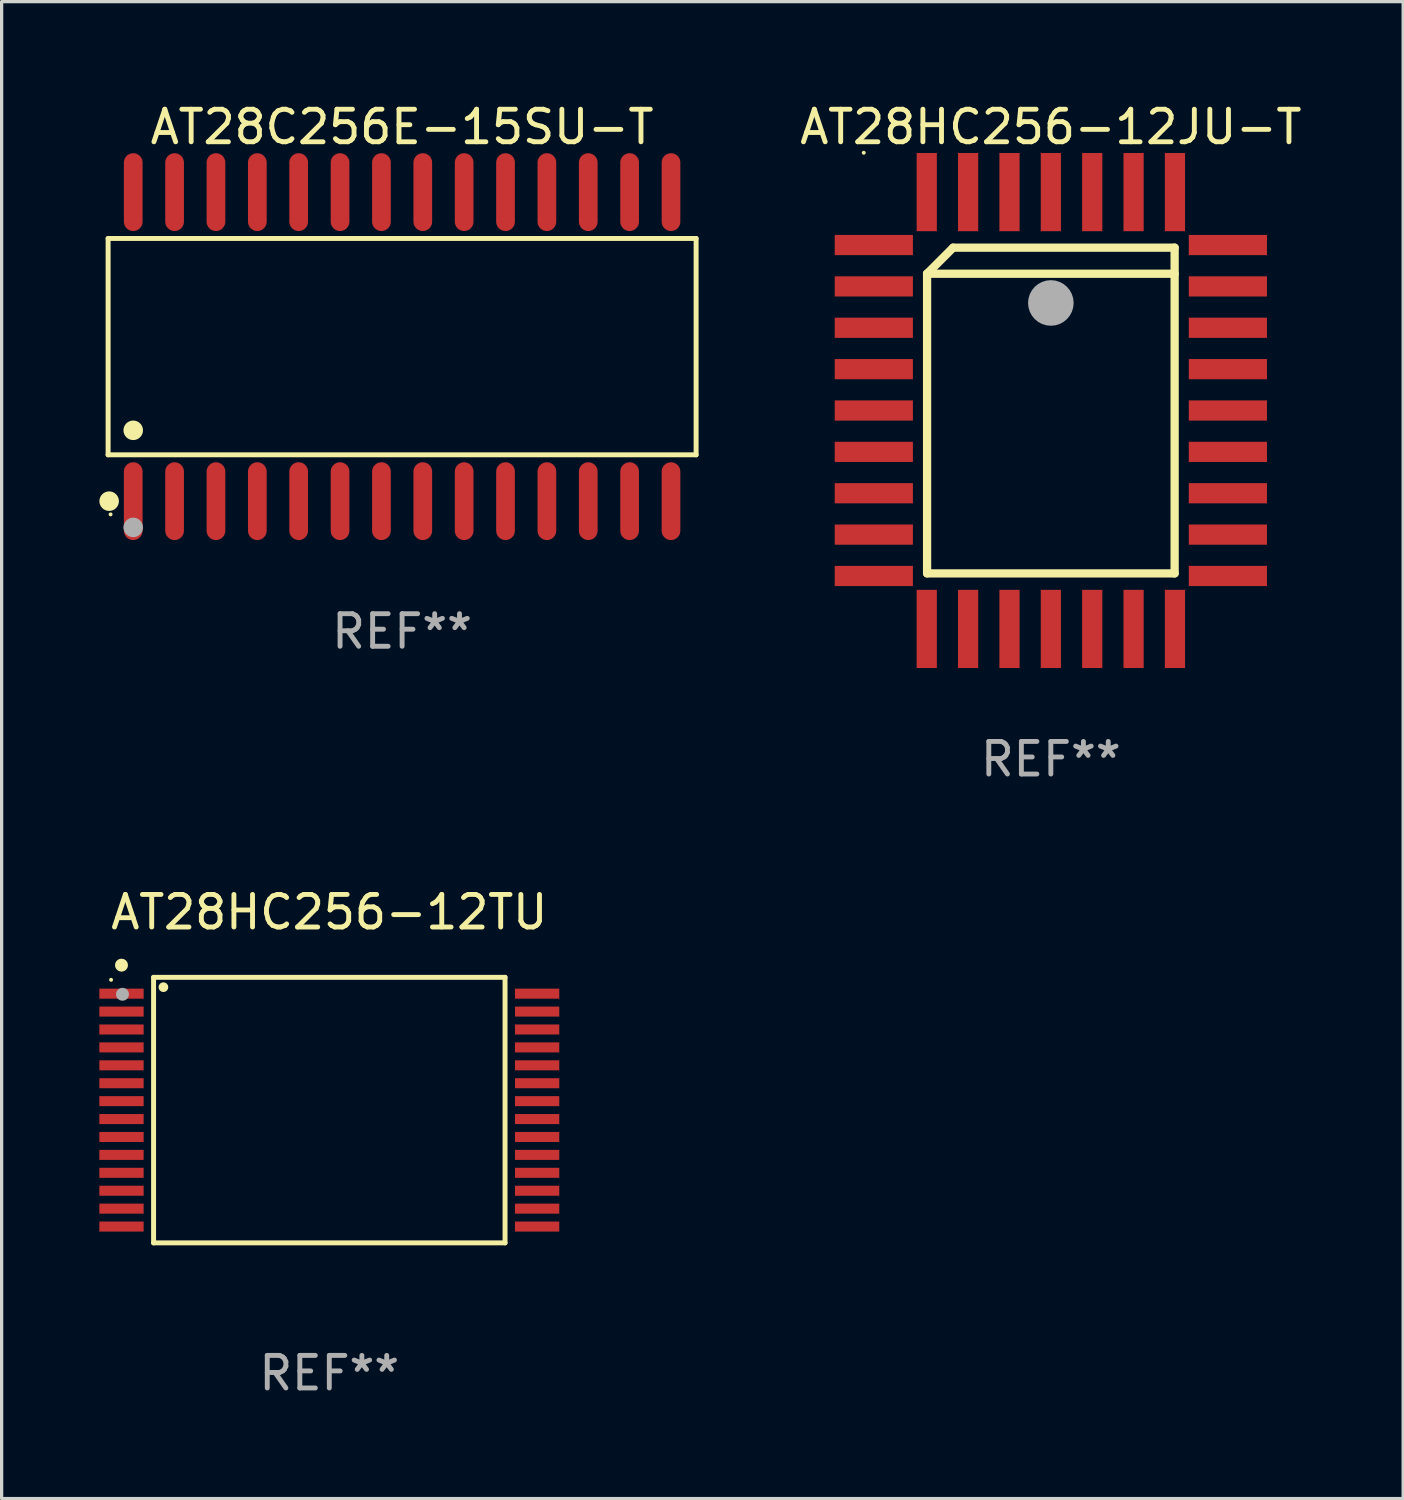
<source format=kicad_pcb>
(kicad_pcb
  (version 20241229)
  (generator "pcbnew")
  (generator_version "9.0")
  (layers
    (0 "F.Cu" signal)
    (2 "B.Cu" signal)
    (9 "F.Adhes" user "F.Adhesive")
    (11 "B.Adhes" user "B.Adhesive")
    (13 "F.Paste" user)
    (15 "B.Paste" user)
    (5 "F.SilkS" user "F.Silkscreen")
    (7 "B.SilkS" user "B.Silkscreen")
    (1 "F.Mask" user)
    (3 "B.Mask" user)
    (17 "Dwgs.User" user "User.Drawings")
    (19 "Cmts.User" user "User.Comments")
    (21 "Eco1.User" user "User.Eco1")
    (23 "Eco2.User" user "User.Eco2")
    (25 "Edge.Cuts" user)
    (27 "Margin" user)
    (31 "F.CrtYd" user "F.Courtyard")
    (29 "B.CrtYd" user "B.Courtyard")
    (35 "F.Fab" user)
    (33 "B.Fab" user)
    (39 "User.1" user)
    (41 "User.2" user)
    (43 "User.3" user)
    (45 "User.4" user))
  (footprint "AT28HC256-12JU-T"
    (layer "F.Cu")
    (at 29.212 9.553)
    (property "Reference" "AT28HC256-12JU-T" (at 0 -8.705 0) (layer "F.SilkS") (effects (font (size 1 1) (thickness 0.15))))
    (attr through_hole)
    (fp_line (start -3.8 -4.2) (end -3 -5) (stroke (width 0.254) (type solid)) (layer "F.SilkS"))
    (fp_line (start -3.8 -4.2) (end 3.8 -4.2) (stroke (width 0.254) (type solid)) (layer "F.SilkS"))
    (fp_line (start -3.8 5) (end -3.8 -4.2) (stroke (width 0.254) (type solid)) (layer "F.SilkS"))
    (fp_line (start -3 -5) (end 3.8 -5) (stroke (width 0.254) (type solid)) (layer "F.SilkS"))
    (fp_line (start 3.8 -5) (end 3.8 5) (stroke (width 0.254) (type solid)) (layer "F.SilkS"))
    (fp_line (start 3.8 5) (end -3.8 5) (stroke (width 0.254) (type solid)) (layer "F.SilkS"))
    (fp_arc (start 0.299721 -3.294387) (mid 0.29971 -3.296927) (end 0.299721 -3.299467) (stroke (width 0.6) (type solid)) (layer "F.SilkS"))
    (fp_circle (center -5.744 -7.913) (end -5.714 -7.913) (stroke (width 0.06) (type solid)) (fill no) (layer "F.SilkS"))
    (fp_circle (center 0 -3.302) (end 0.35 -3.302) (stroke (width 0.7) (type solid)) (fill no) (layer "F.Fab"))
    (fp_text user "REF**" (at 0 10.705 0) (layer "F.Fab") (effects (font (size 1 1) (thickness 0.15))))
    (pad "1" smd rect (at 0 -6.705 180) (size 0.62 2.4) (layers "F.Cu" "F.Mask" "F.Paste"))
    (pad "2" smd rect (at -1.27 -6.705 180) (size 0.62 2.4) (layers "F.Cu" "F.Mask" "F.Paste"))
    (pad "3" smd rect (at -2.54 -6.705 180) (size 0.62 2.4) (layers "F.Cu" "F.Mask" "F.Paste"))
    (pad "4" smd rect (at -3.81 -6.705 180) (size 0.62 2.4) (layers "F.Cu" "F.Mask" "F.Paste"))
    (pad "5" smd rect (at -5.435 -5.08 270) (size 0.62 2.4) (layers "F.Cu" "F.Mask" "F.Paste"))
    (pad "6" smd rect (at -5.435 -3.81 270) (size 0.62 2.4) (layers "F.Cu" "F.Mask" "F.Paste"))
    (pad "7" smd rect (at -5.435 -2.54 270) (size 0.62 2.4) (layers "F.Cu" "F.Mask" "F.Paste"))
    (pad "8" smd rect (at -5.435 -1.27 270) (size 0.62 2.4) (layers "F.Cu" "F.Mask" "F.Paste"))
    (pad "9" smd rect (at -5.435 0 270) (size 0.62 2.4) (layers "F.Cu" "F.Mask" "F.Paste"))
    (pad "10" smd rect (at -5.435 1.27 270) (size 0.62 2.4) (layers "F.Cu" "F.Mask" "F.Paste"))
    (pad "11" smd rect (at -5.435 2.54 270) (size 0.62 2.4) (layers "F.Cu" "F.Mask" "F.Paste"))
    (pad "12" smd rect (at -5.435 3.81 270) (size 0.62 2.4) (layers "F.Cu" "F.Mask" "F.Paste"))
    (pad "13" smd rect (at -5.435 5.08 270) (size 0.62 2.4) (layers "F.Cu" "F.Mask" "F.Paste"))
    (pad "14" smd rect (at -3.81 6.705) (size 0.62 2.4) (layers "F.Cu" "F.Mask" "F.Paste"))
    (pad "15" smd rect (at -2.54 6.705) (size 0.62 2.4) (layers "F.Cu" "F.Mask" "F.Paste"))
    (pad "16" smd rect (at -1.27 6.705) (size 0.62 2.4) (layers "F.Cu" "F.Mask" "F.Paste"))
    (pad "17" smd rect (at 0 6.705) (size 0.62 2.4) (layers "F.Cu" "F.Mask" "F.Paste"))
    (pad "18" smd rect (at 1.27 6.705) (size 0.62 2.4) (layers "F.Cu" "F.Mask" "F.Paste"))
    (pad "19" smd rect (at 2.54 6.705) (size 0.62 2.4) (layers "F.Cu" "F.Mask" "F.Paste"))
    (pad "20" smd rect (at 3.81 6.705) (size 0.62 2.4) (layers "F.Cu" "F.Mask" "F.Paste"))
    (pad "21" smd rect (at 5.435 5.08 90) (size 0.62 2.4) (layers "F.Cu" "F.Mask" "F.Paste"))
    (pad "22" smd rect (at 5.435 3.81 90) (size 0.62 2.4) (layers "F.Cu" "F.Mask" "F.Paste"))
    (pad "23" smd rect (at 5.435 2.54 90) (size 0.62 2.4) (layers "F.Cu" "F.Mask" "F.Paste"))
    (pad "24" smd rect (at 5.435 1.27 90) (size 0.62 2.4) (layers "F.Cu" "F.Mask" "F.Paste"))
    (pad "25" smd rect (at 5.435 0 90) (size 0.62 2.4) (layers "F.Cu" "F.Mask" "F.Paste"))
    (pad "26" smd rect (at 5.435 -1.27 90) (size 0.62 2.4) (layers "F.Cu" "F.Mask" "F.Paste"))
    (pad "27" smd rect (at 5.435 -2.54 90) (size 0.62 2.4) (layers "F.Cu" "F.Mask" "F.Paste"))
    (pad "28" smd rect (at 5.435 -3.81 90) (size 0.62 2.4) (layers "F.Cu" "F.Mask" "F.Paste"))
    (pad "29" smd rect (at 5.435 -5.08 90) (size 0.62 2.4) (layers "F.Cu" "F.Mask" "F.Paste"))
    (pad "30" smd rect (at 3.81 -6.705) (size 0.62 2.4) (layers "F.Cu" "F.Mask" "F.Paste"))
    (pad "31" smd rect (at 2.54 -6.705) (size 0.62 2.4) (layers "F.Cu" "F.Mask" "F.Paste"))
    (pad "32" smd rect (at 1.27 -6.705) (size 0.62 2.4) (layers "F.Cu" "F.Mask" "F.Paste")))
  (footprint "AT28HC256-12TU"
    (layer "F.Cu")
    (at 7.06 31.031)
    (property "Reference" "AT28HC256-12TU" (at 0 -6.076 0) (layer "F.SilkS") (effects (font (size 1 1) (thickness 0.15))))
    (attr through_hole)
    (fp_line (start -5.395 -4.076) (end 5.395 -4.076) (stroke (width 0.152) (type solid)) (layer "F.SilkS"))
    (fp_line (start -5.395 4.076) (end -5.395 -4.076) (stroke (width 0.152) (type solid)) (layer "F.SilkS"))
    (fp_line (start 5.395 -4.076) (end 5.395 4.076) (stroke (width 0.152) (type solid)) (layer "F.SilkS"))
    (fp_line (start 5.395 4.076) (end -5.395 4.076) (stroke (width 0.152) (type solid)) (layer "F.SilkS"))
    (fp_circle (center -6.7 -4) (end -6.67 -4) (stroke (width 0.06) (type solid)) (fill no) (layer "F.SilkS"))
    (fp_circle (center -6.38 -4.45) (end -6.28 -4.45) (stroke (width 0.2) (type solid)) (fill no) (layer "F.SilkS"))
    (fp_circle (center -5.093 -3.774) (end -5.018 -3.774) (stroke (width 0.15) (type solid)) (fill no) (layer "F.SilkS"))
    (fp_circle (center -6.35 -3.556) (end -6.25 -3.556) (stroke (width 0.2) (type solid)) (fill no) (layer "F.Fab"))
    (fp_text user "REF**" (at 0 8.076 0) (layer "F.Fab") (effects (font (size 1 1) (thickness 0.15))))
    (pad "1" smd rect (at -6.38 -3.575) (size 1.36 0.308) (layers "F.Cu" "F.Mask" "F.Paste"))
    (pad "2" smd rect (at -6.38 -3.025) (size 1.36 0.308) (layers "F.Cu" "F.Mask" "F.Paste"))
    (pad "3" smd rect (at -6.38 -2.475) (size 1.36 0.308) (layers "F.Cu" "F.Mask" "F.Paste"))
    (pad "4" smd rect (at -6.38 -1.925) (size 1.36 0.308) (layers "F.Cu" "F.Mask" "F.Paste"))
    (pad "5" smd rect (at -6.38 -1.375) (size 1.36 0.308) (layers "F.Cu" "F.Mask" "F.Paste"))
    (pad "6" smd rect (at -6.38 -0.825) (size 1.36 0.308) (layers "F.Cu" "F.Mask" "F.Paste"))
    (pad "7" smd rect (at -6.38 -0.275) (size 1.36 0.308) (layers "F.Cu" "F.Mask" "F.Paste"))
    (pad "8" smd rect (at -6.38 0.275) (size 1.36 0.308) (layers "F.Cu" "F.Mask" "F.Paste"))
    (pad "9" smd rect (at -6.38 0.825) (size 1.36 0.308) (layers "F.Cu" "F.Mask" "F.Paste"))
    (pad "10" smd rect (at -6.38 1.375) (size 1.36 0.308) (layers "F.Cu" "F.Mask" "F.Paste"))
    (pad "11" smd rect (at -6.38 1.925) (size 1.36 0.308) (layers "F.Cu" "F.Mask" "F.Paste"))
    (pad "12" smd rect (at -6.38 2.475) (size 1.36 0.308) (layers "F.Cu" "F.Mask" "F.Paste"))
    (pad "13" smd rect (at -6.38 3.025) (size 1.36 0.308) (layers "F.Cu" "F.Mask" "F.Paste"))
    (pad "14" smd rect (at -6.38 3.575) (size 1.36 0.308) (layers "F.Cu" "F.Mask" "F.Paste"))
    (pad "15" smd rect (at 6.38 3.575) (size 1.36 0.308) (layers "F.Cu" "F.Mask" "F.Paste"))
    (pad "16" smd rect (at 6.38 3.025) (size 1.36 0.308) (layers "F.Cu" "F.Mask" "F.Paste"))
    (pad "17" smd rect (at 6.38 2.475) (size 1.36 0.308) (layers "F.Cu" "F.Mask" "F.Paste"))
    (pad "18" smd rect (at 6.38 1.925) (size 1.36 0.308) (layers "F.Cu" "F.Mask" "F.Paste"))
    (pad "19" smd rect (at 6.38 1.375) (size 1.36 0.308) (layers "F.Cu" "F.Mask" "F.Paste"))
    (pad "20" smd rect (at 6.38 0.825) (size 1.36 0.308) (layers "F.Cu" "F.Mask" "F.Paste"))
    (pad "21" smd rect (at 6.38 0.275) (size 1.36 0.308) (layers "F.Cu" "F.Mask" "F.Paste"))
    (pad "22" smd rect (at 6.38 -0.275) (size 1.36 0.308) (layers "F.Cu" "F.Mask" "F.Paste"))
    (pad "23" smd rect (at 6.38 -0.825) (size 1.36 0.308) (layers "F.Cu" "F.Mask" "F.Paste"))
    (pad "24" smd rect (at 6.38 -1.375) (size 1.36 0.308) (layers "F.Cu" "F.Mask" "F.Paste"))
    (pad "25" smd rect (at 6.38 -1.925) (size 1.36 0.308) (layers "F.Cu" "F.Mask" "F.Paste"))
    (pad "26" smd rect (at 6.38 -2.475) (size 1.36 0.308) (layers "F.Cu" "F.Mask" "F.Paste"))
    (pad "27" smd rect (at 6.38 -3.025) (size 1.36 0.308) (layers "F.Cu" "F.Mask" "F.Paste"))
    (pad "28" smd rect (at 6.38 -3.575) (size 1.36 0.308) (layers "F.Cu" "F.Mask" "F.Paste")))
  (footprint "AT28C256E-15SU-T"
    (layer "F.Cu")
    (at 9.295 7.592)
    (property "Reference" "AT28C256E-15SU-T" (at 0 -6.744 0) (layer "F.SilkS") (effects (font (size 1 1) (thickness 0.15))))
    (attr through_hole)
    (fp_line (start -9.026 -3.321) (end 9.026 -3.321) (stroke (width 0.152) (type solid)) (layer "F.SilkS"))
    (fp_line (start -9.026 3.321) (end -9.026 -3.321) (stroke (width 0.152) (type solid)) (layer "F.SilkS"))
    (fp_line (start 9.026 -3.321) (end 9.026 3.321) (stroke (width 0.152) (type solid)) (layer "F.SilkS"))
    (fp_line (start 9.026 3.321) (end -9.026 3.321) (stroke (width 0.152) (type solid)) (layer "F.SilkS"))
    (fp_circle (center -8.994 4.744) (end -8.844 4.744) (stroke (width 0.3) (type solid)) (fill no) (layer "F.SilkS"))
    (fp_circle (center -8.95 5.15) (end -8.92 5.15) (stroke (width 0.06) (type solid)) (fill no) (layer "F.SilkS"))
    (fp_circle (center -8.255 2.569) (end -8.105 2.569) (stroke (width 0.3) (type solid)) (fill no) (layer "F.SilkS"))
    (fp_circle (center -8.255 5.55) (end -8.105 5.55) (stroke (width 0.3) (type solid)) (fill no) (layer "F.Fab"))
    (fp_text user "REF**" (at 0 8.744 0) (layer "F.Fab") (effects (font (size 1 1) (thickness 0.15))))
    (pad "1" smd oval (at -8.255 4.744) (size 0.574 2.388) (layers "F.Cu" "F.Mask" "F.Paste"))
    (pad "2" smd oval (at -6.985 4.744) (size 0.574 2.388) (layers "F.Cu" "F.Mask" "F.Paste"))
    (pad "3" smd oval (at -5.715 4.744) (size 0.574 2.388) (layers "F.Cu" "F.Mask" "F.Paste"))
    (pad "4" smd oval (at -4.445 4.744) (size 0.574 2.388) (layers "F.Cu" "F.Mask" "F.Paste"))
    (pad "5" smd oval (at -3.175 4.744) (size 0.574 2.388) (layers "F.Cu" "F.Mask" "F.Paste"))
    (pad "6" smd oval (at -1.905 4.744) (size 0.574 2.388) (layers "F.Cu" "F.Mask" "F.Paste"))
    (pad "7" smd oval (at -0.635 4.744) (size 0.574 2.388) (layers "F.Cu" "F.Mask" "F.Paste"))
    (pad "8" smd oval (at 0.635 4.744) (size 0.574 2.388) (layers "F.Cu" "F.Mask" "F.Paste"))
    (pad "9" smd oval (at 1.905 4.744) (size 0.574 2.388) (layers "F.Cu" "F.Mask" "F.Paste"))
    (pad "10" smd oval (at 3.175 4.744) (size 0.574 2.388) (layers "F.Cu" "F.Mask" "F.Paste"))
    (pad "11" smd oval (at 4.445 4.744) (size 0.574 2.388) (layers "F.Cu" "F.Mask" "F.Paste"))
    (pad "12" smd oval (at 5.715 4.744) (size 0.574 2.388) (layers "F.Cu" "F.Mask" "F.Paste"))
    (pad "13" smd oval (at 6.985 4.744) (size 0.574 2.388) (layers "F.Cu" "F.Mask" "F.Paste"))
    (pad "14" smd oval (at 8.255 4.744) (size 0.574 2.388) (layers "F.Cu" "F.Mask" "F.Paste"))
    (pad "15" smd oval (at 8.255 -4.744) (size 0.574 2.388) (layers "F.Cu" "F.Mask" "F.Paste"))
    (pad "16" smd oval (at 6.985 -4.744) (size 0.574 2.388) (layers "F.Cu" "F.Mask" "F.Paste"))
    (pad "17" smd oval (at 5.715 -4.744) (size 0.574 2.388) (layers "F.Cu" "F.Mask" "F.Paste"))
    (pad "18" smd oval (at 4.445 -4.744) (size 0.574 2.388) (layers "F.Cu" "F.Mask" "F.Paste"))
    (pad "19" smd oval (at 3.175 -4.744) (size 0.574 2.388) (layers "F.Cu" "F.Mask" "F.Paste"))
    (pad "20" smd oval (at 1.905 -4.744) (size 0.574 2.388) (layers "F.Cu" "F.Mask" "F.Paste"))
    (pad "21" smd oval (at 0.635 -4.744) (size 0.574 2.388) (layers "F.Cu" "F.Mask" "F.Paste"))
    (pad "22" smd oval (at -0.635 -4.744) (size 0.574 2.388) (layers "F.Cu" "F.Mask" "F.Paste"))
    (pad "23" smd oval (at -1.905 -4.744) (size 0.574 2.388) (layers "F.Cu" "F.Mask" "F.Paste"))
    (pad "24" smd oval (at -3.175 -4.744) (size 0.574 2.388) (layers "F.Cu" "F.Mask" "F.Paste"))
    (pad "25" smd oval (at -4.445 -4.744) (size 0.574 2.388) (layers "F.Cu" "F.Mask" "F.Paste"))
    (pad "26" smd oval (at -5.715 -4.744) (size 0.574 2.388) (layers "F.Cu" "F.Mask" "F.Paste"))
    (pad "27" smd oval (at -6.985 -4.744) (size 0.574 2.388) (layers "F.Cu" "F.Mask" "F.Paste"))
    (pad "28" smd oval (at -8.255 -4.744) (size 0.574 2.388) (layers "F.Cu" "F.Mask" "F.Paste")))
  (gr_rect
    (start -3 -3)
    (end 40.028 42.956)
    (stroke (width 0.1) (type default))
    (fill no)
    (layer "Edge.Cuts")))
</source>
